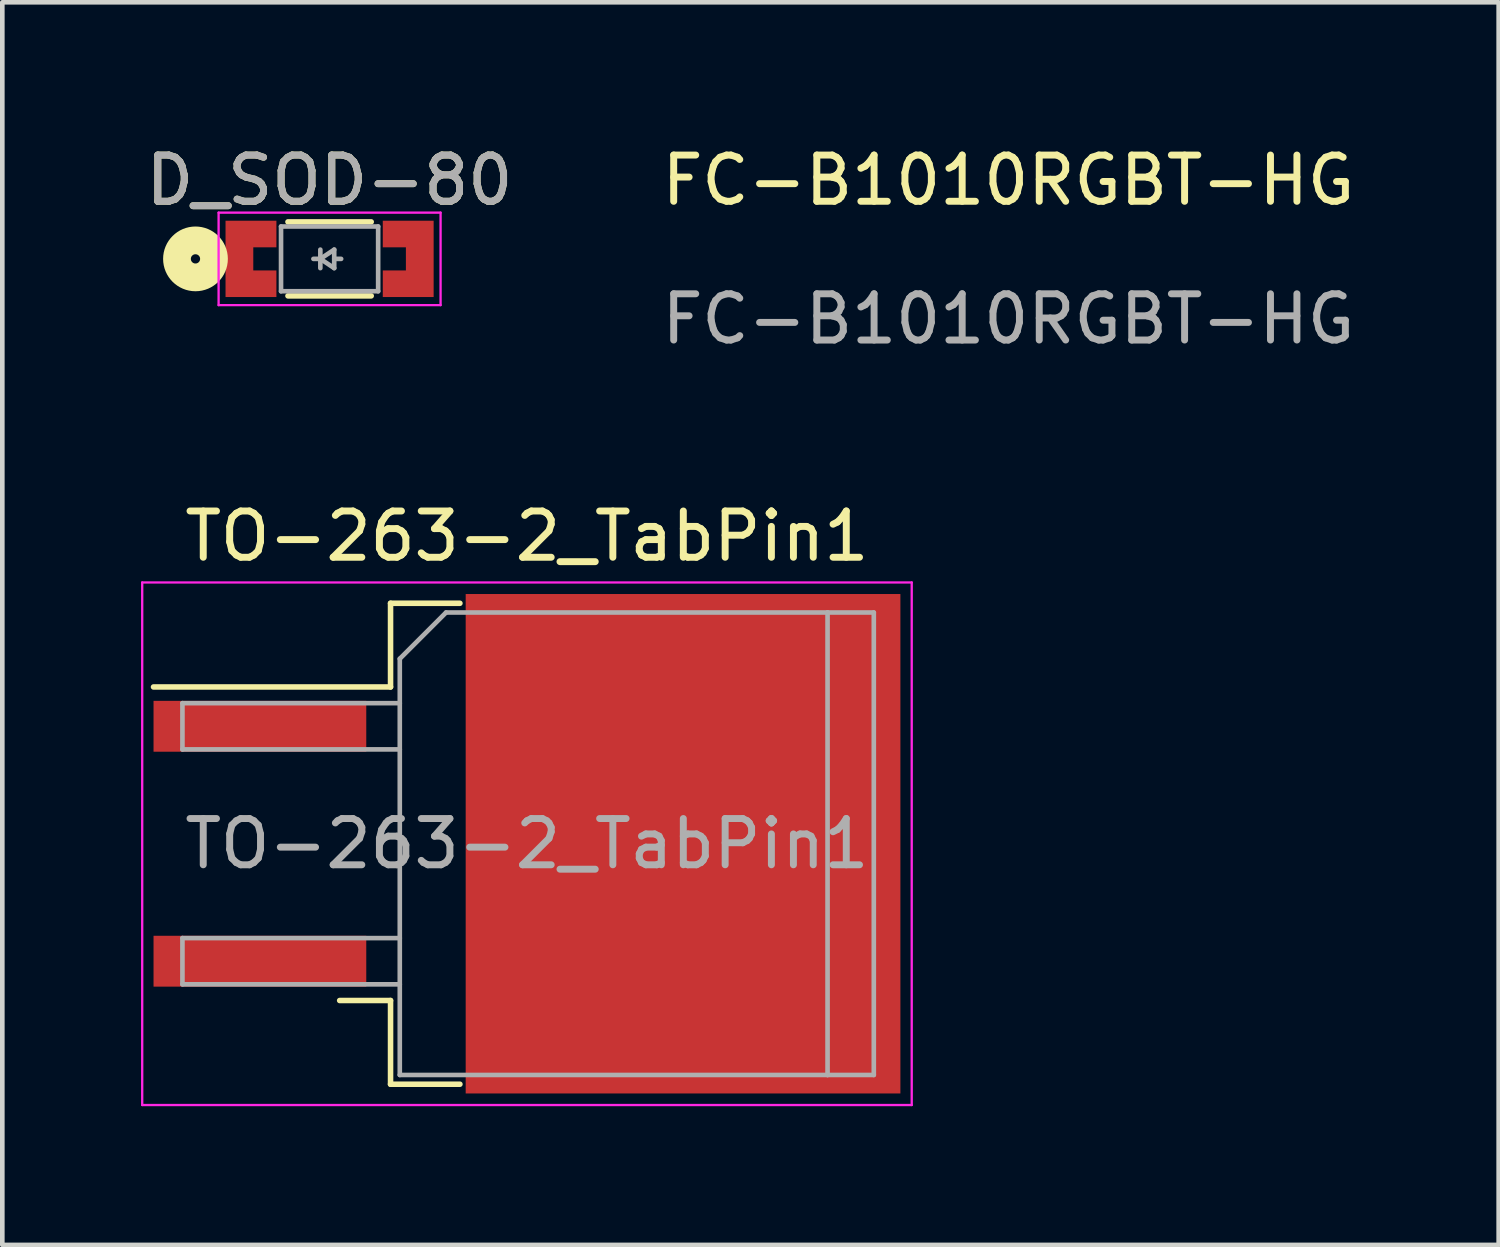
<source format=kicad_pcb>
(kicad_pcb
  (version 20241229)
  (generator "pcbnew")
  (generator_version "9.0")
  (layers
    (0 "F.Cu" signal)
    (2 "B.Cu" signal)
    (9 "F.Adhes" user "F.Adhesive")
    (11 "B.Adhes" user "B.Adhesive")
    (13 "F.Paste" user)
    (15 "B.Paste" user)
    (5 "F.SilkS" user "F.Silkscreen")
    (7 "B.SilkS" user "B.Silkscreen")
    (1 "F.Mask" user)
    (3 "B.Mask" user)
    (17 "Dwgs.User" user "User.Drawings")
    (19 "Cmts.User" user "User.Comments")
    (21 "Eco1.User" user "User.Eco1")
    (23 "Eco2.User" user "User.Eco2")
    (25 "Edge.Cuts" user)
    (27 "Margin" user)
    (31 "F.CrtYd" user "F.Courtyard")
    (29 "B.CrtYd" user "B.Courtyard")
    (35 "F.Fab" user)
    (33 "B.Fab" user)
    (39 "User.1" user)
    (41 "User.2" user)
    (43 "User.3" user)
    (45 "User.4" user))
  (footprint "TO-263-2_TabPin1"
    (layer "F.Cu")
    (at 8.345 15.195)
    (property "Reference" "TO-263-2_TabPin1" (at 0 -6.65 0) (layer "F.SilkS") (effects (font (size 1 1) (thickness 0.15))))
    (attr smd)
    (fp_line (start -2.95 -5.2) (end -2.95 -3.39) (stroke (width 0.12) (type solid)) (layer "F.SilkS"))
    (fp_line (start -2.95 -3.39) (end -8.075 -3.39) (stroke (width 0.12) (type solid)) (layer "F.SilkS"))
    (fp_line (start -2.95 3.39) (end -4.05 3.39) (stroke (width 0.12) (type solid)) (layer "F.SilkS"))
    (fp_line (start -2.95 5.2) (end -2.95 3.39) (stroke (width 0.12) (type solid)) (layer "F.SilkS"))
    (fp_line (start -1.45 -5.2) (end -2.95 -5.2) (stroke (width 0.12) (type solid)) (layer "F.SilkS"))
    (fp_line (start -1.45 5.2) (end -2.95 5.2) (stroke (width 0.12) (type solid)) (layer "F.SilkS"))
    (fp_line (start -8.32 -5.65) (end -8.32 5.65) (stroke (width 0.05) (type solid)) (layer "F.CrtYd"))
    (fp_line (start -8.32 5.65) (end 8.32 5.65) (stroke (width 0.05) (type solid)) (layer "F.CrtYd"))
    (fp_line (start 8.32 -5.65) (end -8.32 -5.65) (stroke (width 0.05) (type solid)) (layer "F.CrtYd"))
    (fp_line (start 8.32 5.65) (end 8.32 -5.65) (stroke (width 0.05) (type solid)) (layer "F.CrtYd"))
    (fp_line (start -7.45 -3.04) (end -7.45 -2.04) (stroke (width 0.1) (type solid)) (layer "F.Fab"))
    (fp_line (start -7.45 -2.04) (end -2.75 -2.04) (stroke (width 0.1) (type solid)) (layer "F.Fab"))
    (fp_line (start -7.45 2.04) (end -7.45 3.04) (stroke (width 0.1) (type solid)) (layer "F.Fab"))
    (fp_line (start -7.45 3.04) (end -2.75 3.04) (stroke (width 0.1) (type solid)) (layer "F.Fab"))
    (fp_line (start -2.75 -4) (end -1.75 -5) (stroke (width 0.1) (type solid)) (layer "F.Fab"))
    (fp_line (start -2.75 -3.04) (end -7.45 -3.04) (stroke (width 0.1) (type solid)) (layer "F.Fab"))
    (fp_line (start -2.75 2.04) (end -7.45 2.04) (stroke (width 0.1) (type solid)) (layer "F.Fab"))
    (fp_line (start -2.75 5) (end -2.75 -4) (stroke (width 0.1) (type solid)) (layer "F.Fab"))
    (fp_line (start -1.75 -5) (end 6.5 -5) (stroke (width 0.1) (type solid)) (layer "F.Fab"))
    (fp_line (start 6.5 -5) (end 6.5 5) (stroke (width 0.1) (type solid)) (layer "F.Fab"))
    (fp_line (start 6.5 -5) (end 7.5 -5) (stroke (width 0.1) (type solid)) (layer "F.Fab"))
    (fp_line (start 6.5 5) (end -2.75 5) (stroke (width 0.1) (type solid)) (layer "F.Fab"))
    (fp_line (start 7.5 -5) (end 7.5 5) (stroke (width 0.1) (type solid)) (layer "F.Fab"))
    (fp_line (start 7.5 5) (end 6.5 5) (stroke (width 0.1) (type solid)) (layer "F.Fab"))
    (fp_text user "${REFERENCE}" (at 0 0 0) (layer "F.Fab") (effects (font (size 1 1) (thickness 0.15))))
    (pad "" smd rect (at 0.95 -2.775) (size 4.55 5.25) (layers "F.Paste"))
    (pad "" smd rect (at 0.95 2.775) (size 4.55 5.25) (layers "F.Paste"))
    (pad "" smd rect (at 5.8 -2.775) (size 4.55 5.25) (layers "F.Paste"))
    (pad "" smd rect (at 5.8 2.775) (size 4.55 5.25) (layers "F.Paste"))
    (pad "1" smd rect (at 3.375 0) (size 9.4 10.8) (layers "F.Cu" "F.Mask"))
    (pad "2" smd rect (at -5.775 -2.54) (size 4.6 1.1) (layers "F.Cu" "F.Mask" "F.Paste"))
    (pad "2" smd rect (at -5.775 2.54) (size 4.6 1.1) (layers "F.Cu" "F.Mask" "F.Paste")))
  (footprint "FC-B1010RGBT-HG"
    (layer "F.Cu")
    (at 18.756 1.348)
    (property "Reference" "FC-B1010RGBT-HG" (at 0 -0.5 0) (unlocked yes) (layer "F.SilkS") (effects (font (size 1 1) (thickness 0.15))))
    (attr through_hole)
    (fp_text user "${REFERENCE}" (at 0 2.5 0) (unlocked yes) (layer "F.Fab") (effects (font (size 1 1) (thickness 0.15)))))
  (footprint "D_SOD-80"
    (layer "F.Cu")
    (at 4.077 2.548)
    (property "Reference" "D_SOD-80" (at 0 -1.7 0) (layer "F.SilkS") (effects (font (size 1 1) (thickness 0.15))))
    (attr smd)
    (fp_line (start -0.9 -0.8) (end 0.9 -0.8) (stroke (width 0.12) (type solid)) (layer "F.SilkS"))
    (fp_line (start -0.9 0.8) (end 0.9 0.8) (stroke (width 0.12) (type solid)) (layer "F.SilkS"))
    (fp_circle (center -2.9 0) (end -2.8 0) (stroke (width 0.6) (type solid)) (fill no) (layer "F.SilkS"))
    (fp_line (start -2.4 -1) (end -2.4 1) (stroke (width 0.05) (type solid)) (layer "F.CrtYd"))
    (fp_line (start 2.4 -1) (end -2.4 -1) (stroke (width 0.05) (type solid)) (layer "F.CrtYd"))
    (fp_line (start 2.4 -1) (end 2.4 1) (stroke (width 0.05) (type solid)) (layer "F.CrtYd"))
    (fp_line (start 2.4 1) (end -2.4 1) (stroke (width 0.05) (type solid)) (layer "F.CrtYd"))
    (fp_line (start -1.05 -0.7) (end -1.05 0.7) (stroke (width 0.1) (type solid)) (layer "F.Fab"))
    (fp_line (start -1.05 0.7) (end 1.05 0.7) (stroke (width 0.1) (type solid)) (layer "F.Fab"))
    (fp_line (start -0.2 0) (end -0.35 0) (stroke (width 0.1) (type solid)) (layer "F.Fab"))
    (fp_line (start -0.2 0) (end 0.1 0.2) (stroke (width 0.1) (type solid)) (layer "F.Fab"))
    (fp_line (start -0.2 0.2) (end -0.2 -0.2) (stroke (width 0.1) (type solid)) (layer "F.Fab"))
    (fp_line (start 0.1 -0.2) (end -0.2 0) (stroke (width 0.1) (type solid)) (layer "F.Fab"))
    (fp_line (start 0.1 0) (end 0.25 0) (stroke (width 0.1) (type solid)) (layer "F.Fab"))
    (fp_line (start 0.1 0.2) (end 0.1 -0.2) (stroke (width 0.1) (type solid)) (layer "F.Fab"))
    (fp_line (start 1.05 -0.7) (end -1.05 -0.7) (stroke (width 0.1) (type solid)) (layer "F.Fab"))
    (fp_line (start 1.05 0.7) (end 1.05 -0.7) (stroke (width 0.1) (type solid)) (layer "F.Fab"))
    (fp_text user "${REFERENCE}" (at 0 -1.7 0) (layer "F.Fab") (effects (font (size 1 1) (thickness 0.15))))
    (pad "1" smd custom (at -1.95 0 180) (size 0.6 0.5) (layers "F.Cu" "F.Mask" "F.Paste") (options (anchor rect)) (primitives (gr_poly (pts (xy -0.3 0.25) (xy -0.8 0.25) (xy -0.8 0.825) (xy 0.3 0.825) (xy 0.3 -0.825) (xy -0.8 -0.825) (xy -0.8 -0.25) (xy -0.3 -0.25)) (width 0) (fill yes))))
    (pad "2" smd custom (at 1.95 0) (size 0.6 0.5) (layers "F.Cu" "F.Mask" "F.Paste") (options (anchor rect)) (primitives (gr_poly (pts (xy -0.3 0.25) (xy -0.8 0.25) (xy -0.8 0.825) (xy 0.3 0.825) (xy 0.3 -0.825) (xy -0.8 -0.825) (xy -0.8 -0.25) (xy -0.3 -0.25)) (width 0) (fill yes)))))
  (gr_rect
    (start -3 -3)
    (end 29.357 23.87)
    (stroke (width 0.1) (type default))
    (fill no)
    (layer "Edge.Cuts")))
</source>
